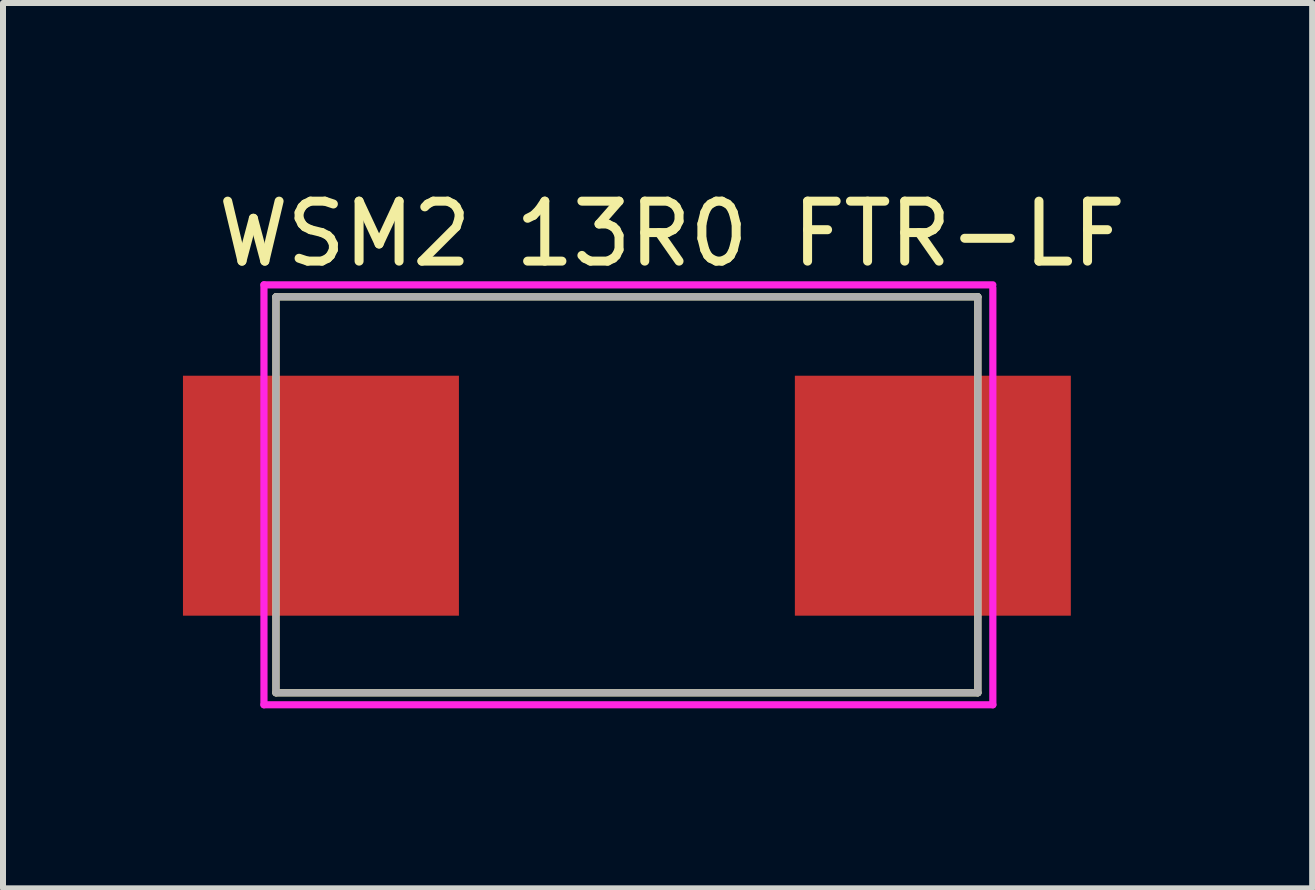
<source format=kicad_pcb>
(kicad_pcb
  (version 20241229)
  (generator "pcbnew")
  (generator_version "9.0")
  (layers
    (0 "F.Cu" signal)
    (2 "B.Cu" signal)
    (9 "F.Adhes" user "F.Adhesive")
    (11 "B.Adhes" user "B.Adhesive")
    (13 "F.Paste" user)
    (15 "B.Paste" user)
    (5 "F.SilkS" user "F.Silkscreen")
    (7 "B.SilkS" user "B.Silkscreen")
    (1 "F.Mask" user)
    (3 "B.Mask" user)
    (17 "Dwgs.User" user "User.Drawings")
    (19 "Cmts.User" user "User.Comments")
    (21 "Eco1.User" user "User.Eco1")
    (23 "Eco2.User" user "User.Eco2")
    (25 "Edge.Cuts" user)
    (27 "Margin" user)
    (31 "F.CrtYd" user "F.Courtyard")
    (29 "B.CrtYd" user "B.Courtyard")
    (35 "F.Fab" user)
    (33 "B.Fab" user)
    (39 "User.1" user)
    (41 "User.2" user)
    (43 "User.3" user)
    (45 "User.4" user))
  (footprint "WSM2 13R0 FTR-LF"
    (layer "F.Cu")
    (at 2.3 3.198)
    (property "Reference" "WSM2 13R0 FTR-LF" (at 5.85 -2.35 0) (layer "F.SilkS") (effects (font (size 1 1) (thickness 0.15))))
    (attr through_hole)
    (fp_line (start -0.75 -1.3) (end 10.95 -1.3) (stroke (width 0.12) (type solid)) (layer "F.SilkS"))
    (fp_line (start -0.75 5.3) (end -0.75 -1.3) (stroke (width 0.12) (type solid)) (layer "F.SilkS"))
    (fp_line (start 10.95 -1.3) (end 10.95 5.3) (stroke (width 0.12) (type solid)) (layer "F.SilkS"))
    (fp_line (start 10.95 5.3) (end -0.75 5.3) (stroke (width 0.12) (type solid)) (layer "F.SilkS"))
    (fp_line (start -0.95 -1.5) (end -0.95 5.5) (stroke (width 0.12) (type solid)) (layer "F.CrtYd"))
    (fp_line (start -0.95 -1.5) (end 11.2 -1.5) (stroke (width 0.12) (type solid)) (layer "F.CrtYd"))
    (fp_line (start -0.95 5.5) (end 11.2 5.5) (stroke (width 0.12) (type solid)) (layer "F.CrtYd"))
    (fp_line (start 11.2 5.5) (end 11.2 -1.45) (stroke (width 0.12) (type solid)) (layer "F.CrtYd"))
    (fp_line (start -0.75 -1.3) (end 10.95 -1.3) (stroke (width 0.12) (type solid)) (layer "F.Fab"))
    (fp_line (start -0.75 5.3) (end -0.75 -1.3) (stroke (width 0.12) (type solid)) (layer "F.Fab"))
    (fp_line (start 10.95 -1.3) (end 10.95 5.3) (stroke (width 0.12) (type solid)) (layer "F.Fab"))
    (fp_line (start 10.95 5.3) (end -0.75 5.3) (stroke (width 0.12) (type solid)) (layer "F.Fab"))
    (pad "1" smd rect (at 0 2.015) (size 4.6 4) (layers "F.Cu" "F.Mask" "F.Paste"))
    (pad "2" smd rect (at 10.2 2.015) (size 4.6 4) (layers "F.Cu" "F.Mask" "F.Paste")))
  (gr_rect
    (start -3 -3)
    (end 18.823 11.758)
    (stroke (width 0.1) (type default))
    (fill no)
    (layer "Edge.Cuts")))
</source>
